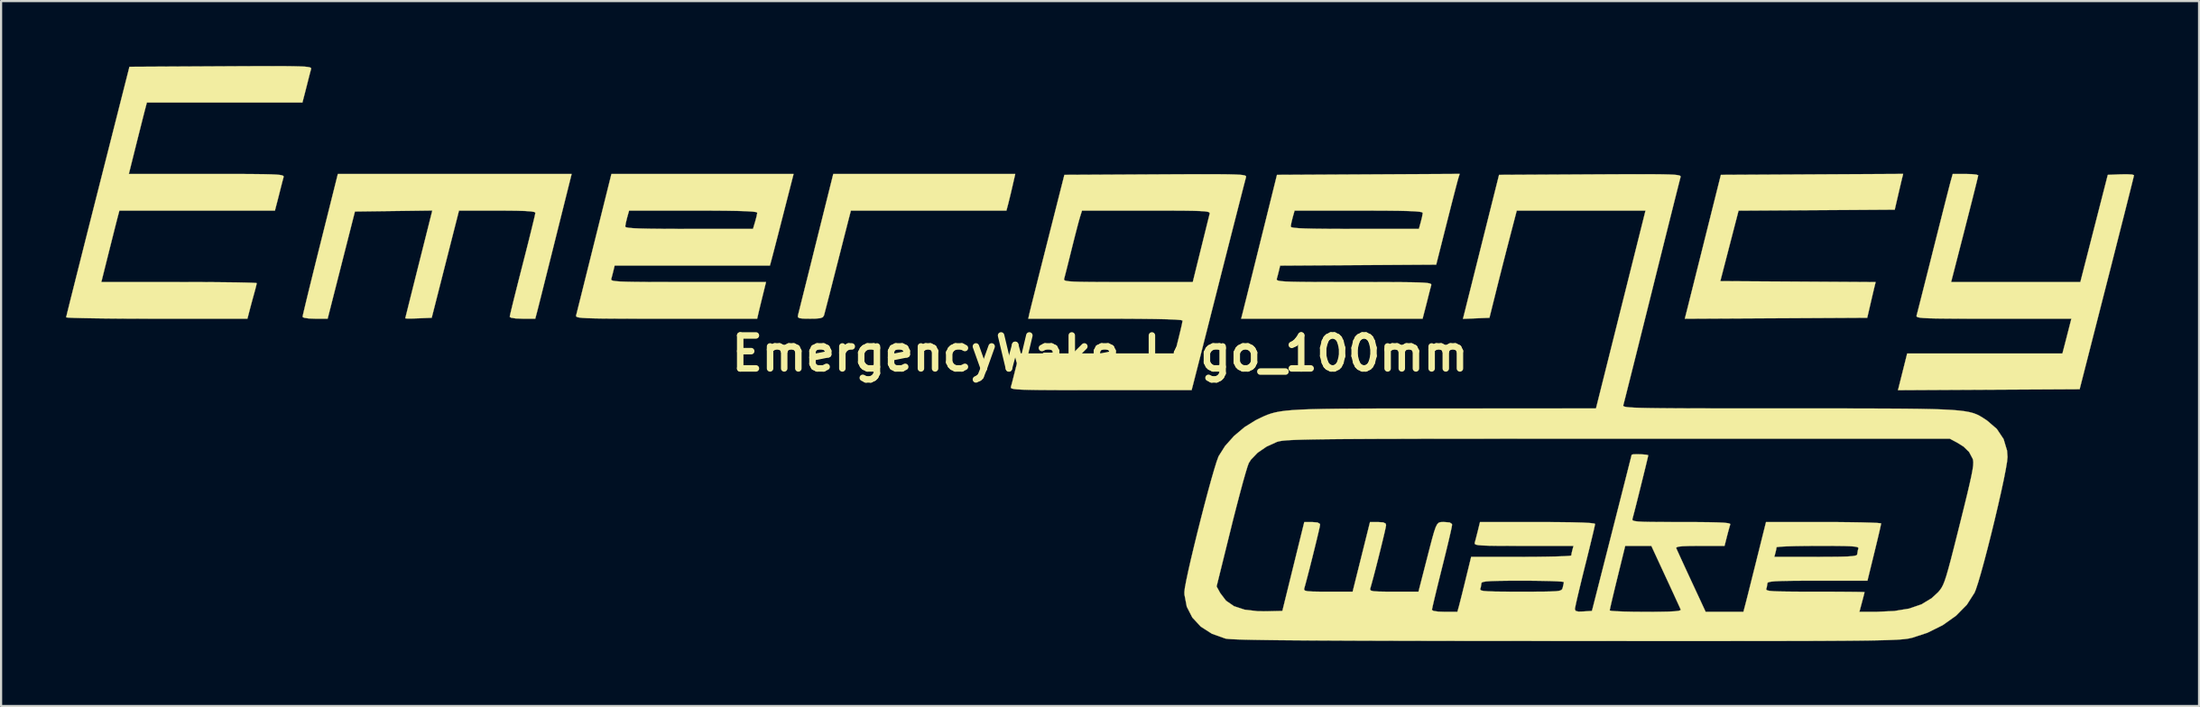
<source format=kicad_pcb>
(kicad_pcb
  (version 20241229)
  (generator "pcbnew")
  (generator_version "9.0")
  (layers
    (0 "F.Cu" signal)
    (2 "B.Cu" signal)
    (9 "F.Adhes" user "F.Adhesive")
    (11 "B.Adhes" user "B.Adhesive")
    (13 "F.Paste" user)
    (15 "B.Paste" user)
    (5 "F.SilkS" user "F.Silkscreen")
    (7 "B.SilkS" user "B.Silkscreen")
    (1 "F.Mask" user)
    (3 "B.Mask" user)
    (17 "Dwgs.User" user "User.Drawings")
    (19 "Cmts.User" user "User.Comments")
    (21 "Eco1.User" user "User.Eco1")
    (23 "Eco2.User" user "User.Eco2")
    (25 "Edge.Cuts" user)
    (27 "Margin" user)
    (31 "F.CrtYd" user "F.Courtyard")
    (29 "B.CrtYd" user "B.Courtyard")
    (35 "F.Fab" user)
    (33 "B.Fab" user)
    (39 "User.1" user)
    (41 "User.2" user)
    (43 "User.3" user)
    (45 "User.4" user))
  (footprint "EmergencyWake_Logo_100mm"
    (layer "F.Cu")
    (at 47.753 13.286)
    (property "Reference" "EmergencyWake_Logo_100mm" (at 0 0 0) (layer "F.SilkS") (effects (font (size 1.524 1.524) (thickness 0.3))))
    (attr through_hole)
    (fp_poly (pts (xy 37.04 -8.108) (xy 36.998 -7.933) (xy 36.932 -7.651) (xy 36.855 -7.32) (xy 36.846 -7.281) (xy 36.699 -6.646) (xy 33.093 -6.624) (xy 29.487 -6.602) (xy 29.065 -4.973) (xy 28.644 -3.344) (xy 32.23 -3.322) (xy 35.817 -3.3) (xy 35.77 -3.111) (xy 35.728 -2.937) (xy 35.662 -2.656) (xy 35.585 -2.325) (xy 35.576 -2.286) (xy 35.429 -1.651) (xy 27.005 -1.607) (xy 27.064 -1.841) (xy 27.098 -1.974) (xy 27.168 -2.252) (xy 27.268 -2.655) (xy 27.396 -3.162) (xy 27.544 -3.755) (xy 27.709 -4.413) (xy 27.885 -5.116) (xy 27.897 -5.165) (xy 28.67 -8.255) (xy 32.879 -8.277) (xy 37.088 -8.299) (xy 37.04 -8.108)) (stroke (width 0.01) (type solid)) (fill yes) (layer "F.SilkS"))
    (fp_poly (pts (xy -4.038 -7.768) (xy -4.117 -7.428) (xy -4.196 -7.102) (xy -4.241 -6.921) (xy -4.325 -6.604) (xy -11.508 -6.604) (xy -11.59 -6.287) (xy -11.634 -6.117) (xy -11.712 -5.81) (xy -11.819 -5.393) (xy -11.946 -4.892) (xy -12.088 -4.335) (xy -12.19 -3.937) (xy -12.335 -3.369) (xy -12.467 -2.85) (xy -12.582 -2.404) (xy -12.672 -2.057) (xy -12.731 -1.831) (xy -12.752 -1.757) (xy -12.804 -1.677) (xy -12.924 -1.632) (xy -13.151 -1.612) (xy -13.393 -1.609) (xy -13.705 -1.613) (xy -13.88 -1.633) (xy -13.952 -1.677) (xy -13.953 -1.753) (xy -13.952 -1.757) (xy -13.924 -1.87) (xy -13.859 -2.128) (xy -13.763 -2.514) (xy -13.64 -3.007) (xy -13.494 -3.59) (xy -13.331 -4.243) (xy -13.156 -4.949) (xy -13.118 -5.101) (xy -12.321 -8.297) (xy -3.917 -8.297) (xy -4.038 -7.768)) (stroke (width 0.01) (type solid)) (fill yes) (layer "F.SilkS"))
    (fp_poly (pts (xy -25.16 -5.271) (xy -25.336 -4.567) (xy -25.502 -3.905) (xy -25.653 -3.303) (xy -25.783 -2.783) (xy -25.888 -2.367) (xy -25.962 -2.073) (xy -26 -1.926) (xy -26.084 -1.609) (xy -26.673 -1.609) (xy -26.992 -1.621) (xy -27.198 -1.653) (xy -27.263 -1.697) (xy -27.242 -1.799) (xy -27.185 -2.043) (xy -27.096 -2.408) (xy -26.98 -2.872) (xy -26.844 -3.412) (xy -26.692 -4.008) (xy -26.67 -4.094) (xy -26.516 -4.697) (xy -26.377 -5.248) (xy -26.259 -5.725) (xy -26.166 -6.107) (xy -26.103 -6.372) (xy -26.078 -6.498) (xy -26.077 -6.504) (xy -26.126 -6.54) (xy -26.282 -6.567) (xy -26.558 -6.586) (xy -26.969 -6.598) (xy -27.529 -6.603) (xy -27.842 -6.604) (xy -29.606 -6.604) (xy -30.236 -4.128) (xy -30.866 -1.651) (xy -31.477 -1.626) (xy -31.774 -1.617) (xy -31.991 -1.617) (xy -32.085 -1.625) (xy -32.086 -1.626) (xy -32.066 -1.711) (xy -32.009 -1.94) (xy -31.921 -2.293) (xy -31.807 -2.749) (xy -31.672 -3.288) (xy -31.521 -3.891) (xy -31.461 -4.129) (xy -30.838 -6.607) (xy -34.412 -6.562) (xy -35.042 -4.085) (xy -35.672 -1.609) (xy -36.251 -1.609) (xy -36.553 -1.62) (xy -36.758 -1.651) (xy -36.83 -1.694) (xy -36.81 -1.793) (xy -36.753 -2.037) (xy -36.664 -2.41) (xy -36.547 -2.892) (xy -36.405 -3.467) (xy -36.245 -4.116) (xy -36.07 -4.82) (xy -36.015 -5.038) (xy -35.2 -8.297) (xy -24.404 -8.297) (xy -25.16 -5.271)) (stroke (width 0.01) (type solid)) (fill yes) (layer "F.SilkS"))
    (fp_poly (pts (xy 40.258 -8.289) (xy 40.468 -8.267) (xy 40.554 -8.236) (xy 40.555 -8.234) (xy 40.534 -8.139) (xy 40.477 -7.901) (xy 40.387 -7.54) (xy 40.271 -7.078) (xy 40.133 -6.536) (xy 39.979 -5.934) (xy 39.929 -5.736) (xy 39.303 -3.302) (xy 45.271 -3.302) (xy 45.905 -5.779) (xy 46.539 -8.255) (xy 47.146 -8.28) (xy 47.441 -8.283) (xy 47.655 -8.27) (xy 47.748 -8.242) (xy 47.748 -8.238) (xy 47.727 -8.146) (xy 47.668 -7.904) (xy 47.574 -7.527) (xy 47.449 -7.03) (xy 47.297 -6.426) (xy 47.12 -5.731) (xy 46.924 -4.958) (xy 46.712 -4.122) (xy 46.492 -3.26) (xy 45.238 1.651) (xy 41.044 1.673) (xy 36.849 1.695) (xy 37.062 0.847) (xy 37.274 0) (xy 44.443 0) (xy 44.526 -0.318) (xy 44.595 -0.584) (xy 44.681 -0.92) (xy 44.733 -1.122) (xy 44.857 -1.609) (xy 41.261 -1.609) (xy 40.386 -1.609) (xy 39.666 -1.61) (xy 39.086 -1.614) (xy 38.63 -1.619) (xy 38.286 -1.627) (xy 38.037 -1.639) (xy 37.869 -1.655) (xy 37.768 -1.676) (xy 37.718 -1.702) (xy 37.705 -1.734) (xy 37.709 -1.757) (xy 37.74 -1.871) (xy 37.806 -2.13) (xy 37.904 -2.514) (xy 38.027 -3.002) (xy 38.172 -3.575) (xy 38.333 -4.213) (xy 38.476 -4.784) (xy 38.649 -5.47) (xy 38.812 -6.116) (xy 38.96 -6.7) (xy 39.087 -7.201) (xy 39.189 -7.598) (xy 39.259 -7.869) (xy 39.289 -7.98) (xy 39.378 -8.297) (xy 39.967 -8.297) (xy 40.258 -8.289)) (stroke (width 0.01) (type solid)) (fill yes) (layer "F.SilkS"))
    (fp_poly (pts (xy -14.611 -6.513) (xy -14.751 -5.966) (xy -14.882 -5.455) (xy -14.997 -5.01) (xy -15.088 -4.66) (xy -15.147 -4.435) (xy -15.157 -4.396) (xy -15.247 -4.064) (xy -22.418 -4.064) (xy -22.474 -3.831) (xy -22.532 -3.601) (xy -22.573 -3.45) (xy -22.576 -3.414) (xy -22.551 -3.384) (xy -22.482 -3.36) (xy -22.357 -3.342) (xy -22.159 -3.327) (xy -21.875 -3.317) (xy -21.488 -3.31) (xy -20.986 -3.305) (xy -20.353 -3.303) (xy -19.574 -3.302) (xy -19.022 -3.302) (xy -15.427 -3.302) (xy -15.578 -2.688) (xy -15.661 -2.351) (xy -15.734 -2.05) (xy -15.782 -1.847) (xy -15.783 -1.841) (xy -15.836 -1.609) (xy -20.035 -1.609) (xy -20.987 -1.609) (xy -21.784 -1.61) (xy -22.438 -1.613) (xy -22.964 -1.617) (xy -23.375 -1.624) (xy -23.685 -1.633) (xy -23.908 -1.646) (xy -24.057 -1.663) (xy -24.147 -1.684) (xy -24.189 -1.709) (xy -24.199 -1.74) (xy -24.197 -1.757) (xy -24.168 -1.87) (xy -24.104 -2.128) (xy -24.007 -2.514) (xy -23.884 -3.007) (xy -23.739 -3.59) (xy -23.576 -4.243) (xy -23.4 -4.949) (xy -23.362 -5.101) (xy -23.172 -5.863) (xy -21.928 -5.863) (xy -21.893 -5.834) (xy -21.778 -5.81) (xy -21.571 -5.791) (xy -21.257 -5.777) (xy -20.823 -5.767) (xy -20.255 -5.761) (xy -19.541 -5.758) (xy -18.979 -5.757) (xy -16.029 -5.757) (xy -15.931 -6.085) (xy -15.868 -6.317) (xy -15.834 -6.484) (xy -15.833 -6.508) (xy -15.885 -6.536) (xy -16.05 -6.558) (xy -16.337 -6.576) (xy -16.755 -6.589) (xy -17.314 -6.598) (xy -18.025 -6.603) (xy -18.792 -6.604) (xy -21.751 -6.604) (xy -21.84 -6.287) (xy -21.897 -6.054) (xy -21.927 -5.883) (xy -21.928 -5.863) (xy -23.172 -5.863) (xy -22.566 -8.297) (xy -14.154 -8.297) (xy -14.611 -6.513)) (stroke (width 0.01) (type solid)) (fill yes) (layer "F.SilkS"))
    (fp_poly (pts (xy 16.547 -8.111) (xy 16.51 -7.977) (xy 16.438 -7.705) (xy 16.338 -7.32) (xy 16.217 -6.849) (xy 16.082 -6.317) (xy 16.005 -6.014) (xy 15.523 -4.106) (xy 11.919 -4.084) (xy 8.315 -4.062) (xy 8.26 -3.83) (xy 8.202 -3.601) (xy 8.161 -3.45) (xy 8.158 -3.414) (xy 8.183 -3.385) (xy 8.251 -3.361) (xy 8.377 -3.342) (xy 8.574 -3.327) (xy 8.858 -3.317) (xy 9.244 -3.31) (xy 9.745 -3.305) (xy 10.377 -3.303) (xy 11.155 -3.302) (xy 11.726 -3.302) (xy 12.603 -3.302) (xy 13.325 -3.3) (xy 13.907 -3.297) (xy 14.364 -3.292) (xy 14.711 -3.284) (xy 14.961 -3.272) (xy 15.13 -3.256) (xy 15.233 -3.235) (xy 15.284 -3.209) (xy 15.297 -3.177) (xy 15.293 -3.154) (xy 15.245 -2.978) (xy 15.181 -2.728) (xy 15.166 -2.667) (xy 15.087 -2.351) (xy 15.001 -2.016) (xy 14.988 -1.968) (xy 14.895 -1.609) (xy 6.516 -1.609) (xy 6.576 -1.841) (xy 6.61 -1.975) (xy 6.679 -2.253) (xy 6.78 -2.655) (xy 6.906 -3.163) (xy 7.054 -3.756) (xy 7.217 -4.414) (xy 7.392 -5.118) (xy 7.403 -5.165) (xy 7.577 -5.863) (xy 8.806 -5.863) (xy 8.841 -5.834) (xy 8.955 -5.81) (xy 9.163 -5.791) (xy 9.477 -5.777) (xy 9.91 -5.767) (xy 10.477 -5.761) (xy 11.191 -5.758) (xy 11.765 -5.757) (xy 14.724 -5.757) (xy 14.812 -6.075) (xy 14.87 -6.308) (xy 14.9 -6.478) (xy 14.901 -6.498) (xy 14.866 -6.528) (xy 14.751 -6.551) (xy 14.544 -6.57) (xy 14.23 -6.584) (xy 13.796 -6.594) (xy 13.229 -6.6) (xy 12.516 -6.603) (xy 11.942 -6.604) (xy 8.983 -6.604) (xy 8.894 -6.287) (xy 8.837 -6.054) (xy 8.807 -5.883) (xy 8.806 -5.863) (xy 7.577 -5.863) (xy 8.17 -8.255) (xy 12.388 -8.277) (xy 16.607 -8.299) (xy 16.547 -8.111)) (stroke (width 0.01) (type solid)) (fill yes) (layer "F.SilkS"))
    (fp_poly (pts (xy -37.675 -13.28) (xy -37.262 -13.275) (xy -36.951 -13.267) (xy -36.727 -13.256) (xy -36.577 -13.24) (xy -36.487 -13.22) (xy -36.444 -13.195) (xy -36.434 -13.165) (xy -36.438 -13.145) (xy -36.485 -12.971) (xy -36.55 -12.719) (xy -36.571 -12.636) (xy -36.653 -12.311) (xy -36.737 -11.982) (xy -36.749 -11.938) (xy -36.837 -11.599) (xy -44.02 -11.599) (xy -44.104 -11.282) (xy -44.153 -11.091) (xy -44.234 -10.772) (xy -44.337 -10.363) (xy -44.454 -9.899) (xy -44.521 -9.631) (xy -44.854 -8.297) (xy -41.26 -8.297) (xy -40.385 -8.297) (xy -39.665 -8.296) (xy -39.085 -8.292) (xy -38.629 -8.287) (xy -38.285 -8.279) (xy -38.036 -8.267) (xy -37.868 -8.251) (xy -37.767 -8.23) (xy -37.717 -8.204) (xy -37.704 -8.172) (xy -37.708 -8.149) (xy -37.755 -7.976) (xy -37.82 -7.724) (xy -37.841 -7.641) (xy -37.923 -7.316) (xy -38.007 -6.987) (xy -38.019 -6.943) (xy -38.107 -6.604) (xy -45.29 -6.604) (xy -45.374 -6.287) (xy -45.423 -6.095) (xy -45.504 -5.777) (xy -45.607 -5.367) (xy -45.724 -4.903) (xy -45.791 -4.636) (xy -46.124 -3.302) (xy -42.535 -3.302) (xy -41.774 -3.301) (xy -41.068 -3.298) (xy -40.435 -3.292) (xy -39.891 -3.286) (xy -39.455 -3.277) (xy -39.143 -3.268) (xy -38.973 -3.258) (xy -38.947 -3.252) (xy -38.968 -3.148) (xy -39.022 -2.936) (xy -39.069 -2.765) (xy -39.162 -2.428) (xy -39.253 -2.087) (xy -39.284 -1.968) (xy -39.377 -1.609) (xy -43.564 -1.609) (xy -44.388 -1.61) (xy -45.158 -1.613) (xy -45.858 -1.619) (xy -46.472 -1.627) (xy -46.984 -1.636) (xy -47.378 -1.646) (xy -47.637 -1.658) (xy -47.746 -1.67) (xy -47.748 -1.672) (xy -47.727 -1.763) (xy -47.668 -2.004) (xy -47.574 -2.383) (xy -47.448 -2.886) (xy -47.294 -3.5) (xy -47.114 -4.212) (xy -46.914 -5.008) (xy -46.695 -5.874) (xy -46.461 -6.799) (xy -46.285 -7.493) (xy -44.825 -13.25) (xy -40.61 -13.272) (xy -39.656 -13.277) (xy -38.858 -13.28) (xy -38.202 -13.281) (xy -37.675 -13.28)) (stroke (width 0.01) (type solid)) (fill yes) (layer "F.SilkS"))
    (fp_poly (pts (xy 5.504 -8.284) (xy 5.917 -8.28) (xy 6.228 -8.272) (xy 6.452 -8.261) (xy 6.602 -8.245) (xy 6.691 -8.225) (xy 6.734 -8.2) (xy 6.744 -8.169) (xy 6.74 -8.15) (xy 6.711 -8.042) (xy 6.644 -7.785) (xy 6.544 -7.395) (xy 6.414 -6.887) (xy 6.258 -6.277) (xy 6.08 -5.58) (xy 5.884 -4.811) (xy 5.674 -3.987) (xy 5.543 -3.471) (xy 5.326 -2.614) (xy 5.118 -1.798) (xy 4.926 -1.04) (xy 4.752 -0.357) (xy 4.601 0.237) (xy 4.476 0.725) (xy 4.383 1.09) (xy 4.325 1.316) (xy 4.31 1.376) (xy 4.227 1.693) (xy 0.033 1.693) (xy -0.918 1.693) (xy -1.713 1.692) (xy -2.367 1.689) (xy -2.892 1.685) (xy -3.302 1.678) (xy -3.612 1.669) (xy -3.834 1.656) (xy -3.982 1.639) (xy -4.07 1.618) (xy -4.112 1.593) (xy -4.12 1.562) (xy -4.117 1.545) (xy -4.069 1.369) (xy -4.005 1.119) (xy -3.99 1.058) (xy -3.911 0.743) (xy -3.825 0.407) (xy -3.812 0.36) (xy -3.719 0) (xy 3.451 0) (xy 3.63 -0.717) (xy 3.711 -1.05) (xy 3.774 -1.323) (xy 3.807 -1.492) (xy 3.81 -1.521) (xy 3.731 -1.546) (xy 3.491 -1.566) (xy 3.09 -1.583) (xy 2.525 -1.595) (xy 1.795 -1.603) (xy 0.899 -1.608) (xy 0.247 -1.609) (xy -3.315 -1.609) (xy -3.264 -1.841) (xy -3.232 -1.975) (xy -3.164 -2.252) (xy -3.063 -2.654) (xy -2.936 -3.161) (xy -2.873 -3.411) (xy -1.664 -3.411) (xy -1.636 -3.379) (xy -1.563 -3.355) (xy -1.427 -3.336) (xy -1.213 -3.322) (xy -0.904 -3.312) (xy -0.484 -3.307) (xy 0.062 -3.303) (xy 0.751 -3.302) (xy 1.288 -3.302) (xy 4.281 -3.302) (xy 4.652 -4.805) (xy 4.773 -5.294) (xy 4.882 -5.734) (xy 4.971 -6.094) (xy 5.034 -6.346) (xy 5.061 -6.456) (xy 5.063 -6.495) (xy 5.034 -6.527) (xy 4.959 -6.552) (xy 4.821 -6.571) (xy 4.605 -6.584) (xy 4.293 -6.594) (xy 3.871 -6.6) (xy 3.321 -6.603) (xy 2.628 -6.604) (xy 2.133 -6.604) (xy -0.834 -6.604) (xy -0.921 -6.329) (xy -0.973 -6.149) (xy -1.055 -5.842) (xy -1.157 -5.447) (xy -1.27 -4.999) (xy -1.313 -4.826) (xy -1.423 -4.383) (xy -1.521 -3.99) (xy -1.6 -3.681) (xy -1.65 -3.489) (xy -1.66 -3.45) (xy -1.664 -3.411) (xy -2.873 -3.411) (xy -2.787 -3.753) (xy -2.621 -4.411) (xy -2.443 -5.114) (xy -2.43 -5.165) (xy -1.648 -8.255) (xy 2.569 -8.277) (xy 3.523 -8.282) (xy 4.321 -8.285) (xy 4.977 -8.286) (xy 5.504 -8.284)) (stroke (width 0.01) (type solid)) (fill yes) (layer "F.SilkS"))
    (fp_poly (pts (xy 25.572 -8.284) (xy 25.984 -8.28) (xy 26.296 -8.272) (xy 26.519 -8.261) (xy 26.669 -8.245) (xy 26.758 -8.225) (xy 26.801 -8.2) (xy 26.81 -8.169) (xy 26.806 -8.15) (xy 26.778 -8.043) (xy 26.713 -7.787) (xy 26.614 -7.395) (xy 26.485 -6.882) (xy 26.33 -6.263) (xy 26.152 -5.552) (xy 25.955 -4.764) (xy 25.742 -3.912) (xy 25.518 -3.012) (xy 25.485 -2.879) (xy 25.259 -1.973) (xy 25.044 -1.113) (xy 24.845 -0.315) (xy 24.664 0.408) (xy 24.505 1.041) (xy 24.372 1.57) (xy 24.269 1.98) (xy 24.198 2.257) (xy 24.165 2.386) (xy 24.163 2.392) (xy 24.162 2.417) (xy 24.182 2.439) (xy 24.234 2.459) (xy 24.327 2.476) (xy 24.471 2.49) (xy 24.677 2.502) (xy 24.955 2.512) (xy 25.314 2.52) (xy 25.766 2.526) (xy 26.32 2.531) (xy 26.987 2.535) (xy 27.776 2.537) (xy 28.697 2.539) (xy 29.762 2.54) (xy 30.979 2.54) (xy 31.811 2.54) (xy 33.18 2.54) (xy 34.389 2.54) (xy 35.451 2.542) (xy 36.377 2.545) (xy 37.176 2.55) (xy 37.86 2.558) (xy 38.439 2.57) (xy 38.925 2.587) (xy 39.328 2.608) (xy 39.659 2.635) (xy 39.928 2.668) (xy 40.148 2.708) (xy 40.327 2.755) (xy 40.478 2.811) (xy 40.611 2.876) (xy 40.737 2.95) (xy 40.866 3.034) (xy 40.956 3.093) (xy 41.413 3.485) (xy 41.726 3.954) (xy 41.886 4.487) (xy 41.907 4.784) (xy 41.885 5.007) (xy 41.824 5.369) (xy 41.731 5.842) (xy 41.611 6.401) (xy 41.47 7.022) (xy 41.316 7.677) (xy 41.154 8.341) (xy 40.99 8.99) (xy 40.831 9.596) (xy 40.683 10.135) (xy 40.552 10.581) (xy 40.444 10.908) (xy 40.384 11.056) (xy 40.028 11.613) (xy 39.53 12.118) (xy 38.914 12.555) (xy 38.206 12.906) (xy 37.527 13.129) (xy 37.444 13.149) (xy 37.356 13.168) (xy 37.254 13.185) (xy 37.132 13.2) (xy 36.98 13.213) (xy 36.793 13.226) (xy 36.563 13.236) (xy 36.281 13.246) (xy 35.94 13.254) (xy 35.534 13.262) (xy 35.053 13.268) (xy 34.491 13.273) (xy 33.84 13.277) (xy 33.092 13.281) (xy 32.24 13.283) (xy 31.276 13.285) (xy 30.194 13.286) (xy 28.984 13.287) (xy 27.639 13.287) (xy 26.153 13.287) (xy 24.517 13.287) (xy 22.724 13.286) (xy 21.555 13.285) (xy 19.566 13.284) (xy 17.74 13.283) (xy 16.072 13.281) (xy 14.554 13.278) (xy 13.181 13.275) (xy 11.948 13.271) (xy 10.847 13.266) (xy 9.872 13.261) (xy 9.019 13.255) (xy 8.28 13.249) (xy 7.65 13.241) (xy 7.122 13.233) (xy 6.69 13.224) (xy 6.348 13.213) (xy 6.091 13.202) (xy 5.912 13.19) (xy 5.805 13.176) (xy 5.79 13.173) (xy 5.166 12.951) (xy 4.652 12.622) (xy 4.261 12.201) (xy 4.005 11.701) (xy 3.897 11.137) (xy 3.895 11.026) (xy 3.916 10.835) (xy 3.93 10.764) (xy 5.381 10.764) (xy 5.548 11.069) (xy 5.817 11.423) (xy 6.188 11.678) (xy 6.675 11.838) (xy 7.29 11.91) (xy 7.702 11.913) (xy 8.419 11.896) (xy 8.925 9.842) (xy 9.431 7.789) (xy 9.795 7.789) (xy 10.044 7.809) (xy 10.151 7.872) (xy 10.16 7.912) (xy 10.14 8.022) (xy 10.086 8.263) (xy 10.005 8.603) (xy 9.906 9.009) (xy 9.797 9.448) (xy 9.686 9.889) (xy 9.58 10.298) (xy 9.489 10.643) (xy 9.429 10.858) (xy 9.425 10.918) (xy 9.469 10.959) (xy 9.586 10.985) (xy 9.802 11) (xy 10.141 11.006) (xy 10.525 11.007) (xy 11.664 11.007) (xy 12.065 9.398) (xy 12.466 7.789) (xy 12.837 7.789) (xy 13.077 7.804) (xy 13.187 7.857) (xy 13.208 7.933) (xy 13.188 8.049) (xy 13.133 8.295) (xy 13.051 8.64) (xy 12.951 9.049) (xy 12.841 9.49) (xy 12.729 9.929) (xy 12.623 10.335) (xy 12.531 10.673) (xy 12.478 10.858) (xy 12.473 10.918) (xy 12.517 10.959) (xy 12.634 10.986) (xy 12.849 11) (xy 13.189 11.006) (xy 13.57 11.007) (xy 14.705 11.007) (xy 15.069 9.588) (xy 15.22 9.001) (xy 15.336 8.558) (xy 15.427 8.238) (xy 15.502 8.021) (xy 15.571 7.888) (xy 15.643 7.818) (xy 15.728 7.792) (xy 15.835 7.788) (xy 15.915 7.789) (xy 16.15 7.809) (xy 16.248 7.877) (xy 16.256 7.919) (xy 16.236 8.036) (xy 16.18 8.292) (xy 16.095 8.661) (xy 15.985 9.118) (xy 15.857 9.639) (xy 15.79 9.906) (xy 15.656 10.445) (xy 15.537 10.93) (xy 15.439 11.337) (xy 15.368 11.641) (xy 15.33 11.818) (xy 15.325 11.851) (xy 15.404 11.897) (xy 15.62 11.928) (xy 15.913 11.938) (xy 16.502 11.938) (xy 16.578 11.663) (xy 16.627 11.472) (xy 16.706 11.161) (xy 16.767 10.916) (xy 17.557 10.916) (xy 17.602 10.949) (xy 17.713 10.973) (xy 17.91 10.989) (xy 18.212 11) (xy 18.638 11.005) (xy 19.209 11.007) (xy 19.412 11.007) (xy 20.026 11.006) (xy 20.493 11.004) (xy 20.832 10.997) (xy 21.065 10.985) (xy 21.214 10.964) (xy 21.299 10.932) (xy 21.342 10.889) (xy 21.363 10.83) (xy 21.367 10.816) (xy 21.408 10.64) (xy 21.42 10.562) (xy 21.339 10.544) (xy 21.113 10.528) (xy 20.766 10.514) (xy 20.321 10.505) (xy 19.802 10.499) (xy 19.516 10.499) (xy 18.887 10.5) (xy 18.409 10.506) (xy 18.063 10.516) (xy 17.829 10.533) (xy 17.688 10.557) (xy 17.622 10.59) (xy 17.611 10.619) (xy 17.581 10.805) (xy 17.559 10.873) (xy 17.557 10.916) (xy 16.767 10.916) (xy 16.802 10.774) (xy 16.895 10.393) (xy 17.138 9.398) (xy 19.448 9.398) (xy 20.054 9.396) (xy 20.601 9.389) (xy 21.066 9.38) (xy 21.429 9.367) (xy 21.668 9.352) (xy 21.76 9.336) (xy 21.76 9.335) (xy 21.781 9.21) (xy 21.813 9.081) (xy 21.864 8.89) (xy 19.562 8.89) (xy 18.878 8.889) (xy 18.345 8.887) (xy 17.945 8.881) (xy 17.659 8.871) (xy 17.47 8.855) (xy 17.359 8.832) (xy 17.309 8.802) (xy 17.3 8.762) (xy 17.305 8.742) (xy 17.351 8.573) (xy 17.416 8.317) (xy 17.448 8.191) (xy 17.546 7.789) (xy 20.203 7.789) (xy 21.066 7.792) (xy 21.76 7.8) (xy 22.286 7.814) (xy 22.642 7.834) (xy 22.829 7.859) (xy 22.86 7.877) (xy 22.84 7.981) (xy 22.785 8.225) (xy 22.699 8.584) (xy 22.59 9.033) (xy 22.463 9.548) (xy 22.394 9.821) (xy 22.26 10.363) (xy 22.141 10.855) (xy 22.042 11.271) (xy 21.971 11.586) (xy 21.933 11.775) (xy 21.929 11.813) (xy 21.963 11.895) (xy 22.092 11.927) (xy 22.323 11.921) (xy 22.716 11.896) (xy 22.722 11.874) (xy 23.535 11.874) (xy 23.616 11.894) (xy 23.841 11.911) (xy 24.184 11.925) (xy 24.619 11.934) (xy 25.121 11.938) (xy 25.197 11.938) (xy 25.789 11.936) (xy 26.228 11.928) (xy 26.533 11.914) (xy 26.72 11.892) (xy 26.806 11.862) (xy 26.815 11.832) (xy 26.767 11.724) (xy 26.66 11.49) (xy 26.506 11.154) (xy 26.317 10.743) (xy 26.115 10.308) (xy 25.459 8.89) (xy 24.252 8.89) (xy 23.893 10.351) (xy 23.777 10.825) (xy 23.677 11.243) (xy 23.599 11.576) (xy 23.55 11.796) (xy 23.535 11.874) (xy 22.722 11.874) (xy 23.633 8.297) (xy 23.824 7.546) (xy 24.002 6.847) (xy 24.162 6.216) (xy 24.3 5.672) (xy 24.412 5.229) (xy 24.494 4.906) (xy 24.541 4.719) (xy 24.551 4.678) (xy 24.627 4.66) (xy 24.806 4.655) (xy 25.023 4.661) (xy 25.214 4.676) (xy 25.312 4.698) (xy 25.315 4.703) (xy 25.296 4.795) (xy 25.243 5.019) (xy 25.165 5.342) (xy 25.069 5.732) (xy 24.964 6.156) (xy 24.858 6.582) (xy 24.759 6.977) (xy 24.674 7.31) (xy 24.612 7.546) (xy 24.586 7.641) (xy 24.582 7.685) (xy 24.613 7.72) (xy 24.695 7.745) (xy 24.848 7.764) (xy 25.09 7.777) (xy 25.438 7.784) (xy 25.912 7.788) (xy 26.529 7.789) (xy 26.843 7.789) (xy 27.553 7.791) (xy 28.109 7.796) (xy 28.526 7.806) (xy 28.818 7.82) (xy 29.002 7.841) (xy 29.091 7.867) (xy 29.104 7.895) (xy 29.062 8.033) (xy 28.997 8.272) (xy 28.952 8.445) (xy 28.839 8.89) (xy 27.703 8.89) (xy 27.226 8.894) (xy 26.899 8.906) (xy 26.701 8.928) (xy 26.614 8.963) (xy 26.609 8.996) (xy 26.656 9.103) (xy 26.763 9.338) (xy 26.917 9.674) (xy 27.106 10.084) (xy 27.308 10.52) (xy 27.967 11.938) (xy 29.711 11.938) (xy 29.795 11.62) (xy 29.841 11.444) (xy 29.92 11.133) (xy 30.024 10.717) (xy 30.147 10.226) (xy 30.281 9.691) (xy 30.317 9.546) (xy 30.354 9.398) (xy 31.138 9.398) (xy 33.052 9.398) (xy 33.683 9.396) (xy 34.162 9.391) (xy 34.511 9.381) (xy 34.746 9.364) (xy 34.888 9.34) (xy 34.955 9.308) (xy 34.967 9.278) (xy 34.997 9.092) (xy 35.019 9.024) (xy 35.021 8.981) (xy 34.976 8.948) (xy 34.865 8.924) (xy 34.669 8.907) (xy 34.367 8.897) (xy 33.942 8.892) (xy 33.372 8.89) (xy 33.156 8.89) (xy 32.607 8.893) (xy 32.12 8.9) (xy 31.717 8.912) (xy 31.424 8.927) (xy 31.264 8.944) (xy 31.241 8.954) (xy 31.22 9.078) (xy 31.189 9.207) (xy 31.138 9.398) (xy 30.354 9.398) (xy 30.755 7.789) (xy 33.412 7.789) (xy 34.063 7.791) (xy 34.657 7.797) (xy 35.172 7.805) (xy 35.589 7.817) (xy 35.888 7.83) (xy 36.048 7.845) (xy 36.07 7.853) (xy 36.051 7.953) (xy 35.999 8.188) (xy 35.919 8.528) (xy 35.819 8.943) (xy 35.755 9.207) (xy 35.439 10.499) (xy 33.129 10.499) (xy 32.43 10.5) (xy 31.883 10.504) (xy 31.471 10.512) (xy 31.176 10.525) (xy 30.982 10.544) (xy 30.87 10.569) (xy 30.823 10.601) (xy 30.819 10.619) (xy 30.789 10.805) (xy 30.767 10.873) (xy 30.766 10.913) (xy 30.808 10.944) (xy 30.912 10.968) (xy 31.095 10.984) (xy 31.375 10.996) (xy 31.77 11.002) (xy 32.298 11.006) (xy 32.977 11.007) (xy 33.011 11.007) (xy 33.614 11.007) (xy 34.158 11.01) (xy 34.621 11.013) (xy 34.981 11.017) (xy 35.216 11.022) (xy 35.305 11.028) (xy 35.305 11.028) (xy 35.285 11.114) (xy 35.233 11.314) (xy 35.186 11.493) (xy 35.067 11.938) (xy 35.848 11.938) (xy 36.675 11.901) (xy 37.365 11.788) (xy 37.936 11.592) (xy 38.405 11.308) (xy 38.705 11.029) (xy 38.787 10.932) (xy 38.86 10.827) (xy 38.93 10.695) (xy 39.002 10.517) (xy 39.082 10.276) (xy 39.175 9.954) (xy 39.289 9.531) (xy 39.428 8.99) (xy 39.599 8.311) (xy 39.7 7.909) (xy 39.89 7.144) (xy 40.041 6.525) (xy 40.156 6.035) (xy 40.239 5.658) (xy 40.293 5.374) (xy 40.322 5.168) (xy 40.328 5.022) (xy 40.316 4.918) (xy 40.301 4.867) (xy 40.134 4.552) (xy 39.879 4.303) (xy 39.582 4.118) (xy 39.243 3.937) (xy 23.918 3.937) (xy 22.024 3.937) (xy 20.291 3.937) (xy 18.712 3.938) (xy 17.281 3.939) (xy 15.989 3.94) (xy 14.829 3.941) (xy 13.794 3.944) (xy 12.876 3.946) (xy 12.068 3.95) (xy 11.362 3.954) (xy 10.751 3.959) (xy 10.227 3.965) (xy 9.784 3.972) (xy 9.412 3.98) (xy 9.106 3.989) (xy 8.858 3.999) (xy 8.659 4.01) (xy 8.504 4.023) (xy 8.383 4.037) (xy 8.291 4.053) (xy 8.219 4.07) (xy 8.163 4.087) (xy 7.687 4.304) (xy 7.273 4.589) (xy 6.966 4.908) (xy 6.866 5.069) (xy 6.809 5.225) (xy 6.718 5.523) (xy 6.599 5.941) (xy 6.46 6.457) (xy 6.305 7.049) (xy 6.14 7.693) (xy 6.047 8.07) (xy 5.381 10.764) (xy 3.93 10.764) (xy 3.977 10.506) (xy 4.071 10.063) (xy 4.192 9.53) (xy 4.334 8.933) (xy 4.49 8.295) (xy 4.654 7.642) (xy 4.82 6.997) (xy 4.982 6.386) (xy 5.134 5.834) (xy 5.27 5.364) (xy 5.382 5.001) (xy 5.466 4.77) (xy 5.479 4.741) (xy 5.773 4.275) (xy 6.186 3.813) (xy 6.674 3.401) (xy 7.191 3.081) (xy 7.212 3.07) (xy 7.397 2.98) (xy 7.566 2.9) (xy 7.732 2.831) (xy 7.906 2.771) (xy 8.099 2.72) (xy 8.324 2.677) (xy 8.593 2.642) (xy 8.916 2.614) (xy 9.306 2.591) (xy 9.775 2.574) (xy 10.333 2.561) (xy 10.994 2.552) (xy 11.769 2.547) (xy 12.669 2.543) (xy 13.706 2.542) (xy 14.892 2.541) (xy 15.875 2.541) (xy 22.902 2.54) (xy 24.046 -2.032) (xy 25.19 -6.604) (xy 19.243 -6.604) (xy 18.929 -5.397) (xy 18.784 -4.837) (xy 18.618 -4.191) (xy 18.452 -3.536) (xy 18.305 -2.95) (xy 18.298 -2.921) (xy 17.982 -1.651) (xy 17.37 -1.626) (xy 16.759 -1.601) (xy 16.819 -1.838) (xy 16.853 -1.972) (xy 16.922 -2.25) (xy 17.023 -2.654) (xy 17.151 -3.162) (xy 17.299 -3.755) (xy 17.464 -4.413) (xy 17.64 -5.117) (xy 17.652 -5.165) (xy 18.426 -8.255) (xy 22.638 -8.277) (xy 23.592 -8.282) (xy 24.389 -8.285) (xy 25.045 -8.286) (xy 25.572 -8.284)) (stroke (width 0.01) (type solid)) (fill yes) (layer "F.SilkS")))
  (gr_rect
    (start -3 -3)
    (end 98.507 29.578)
    (stroke (width 0.1) (type default))
    (fill no)
    (layer "Edge.Cuts")))
</source>
